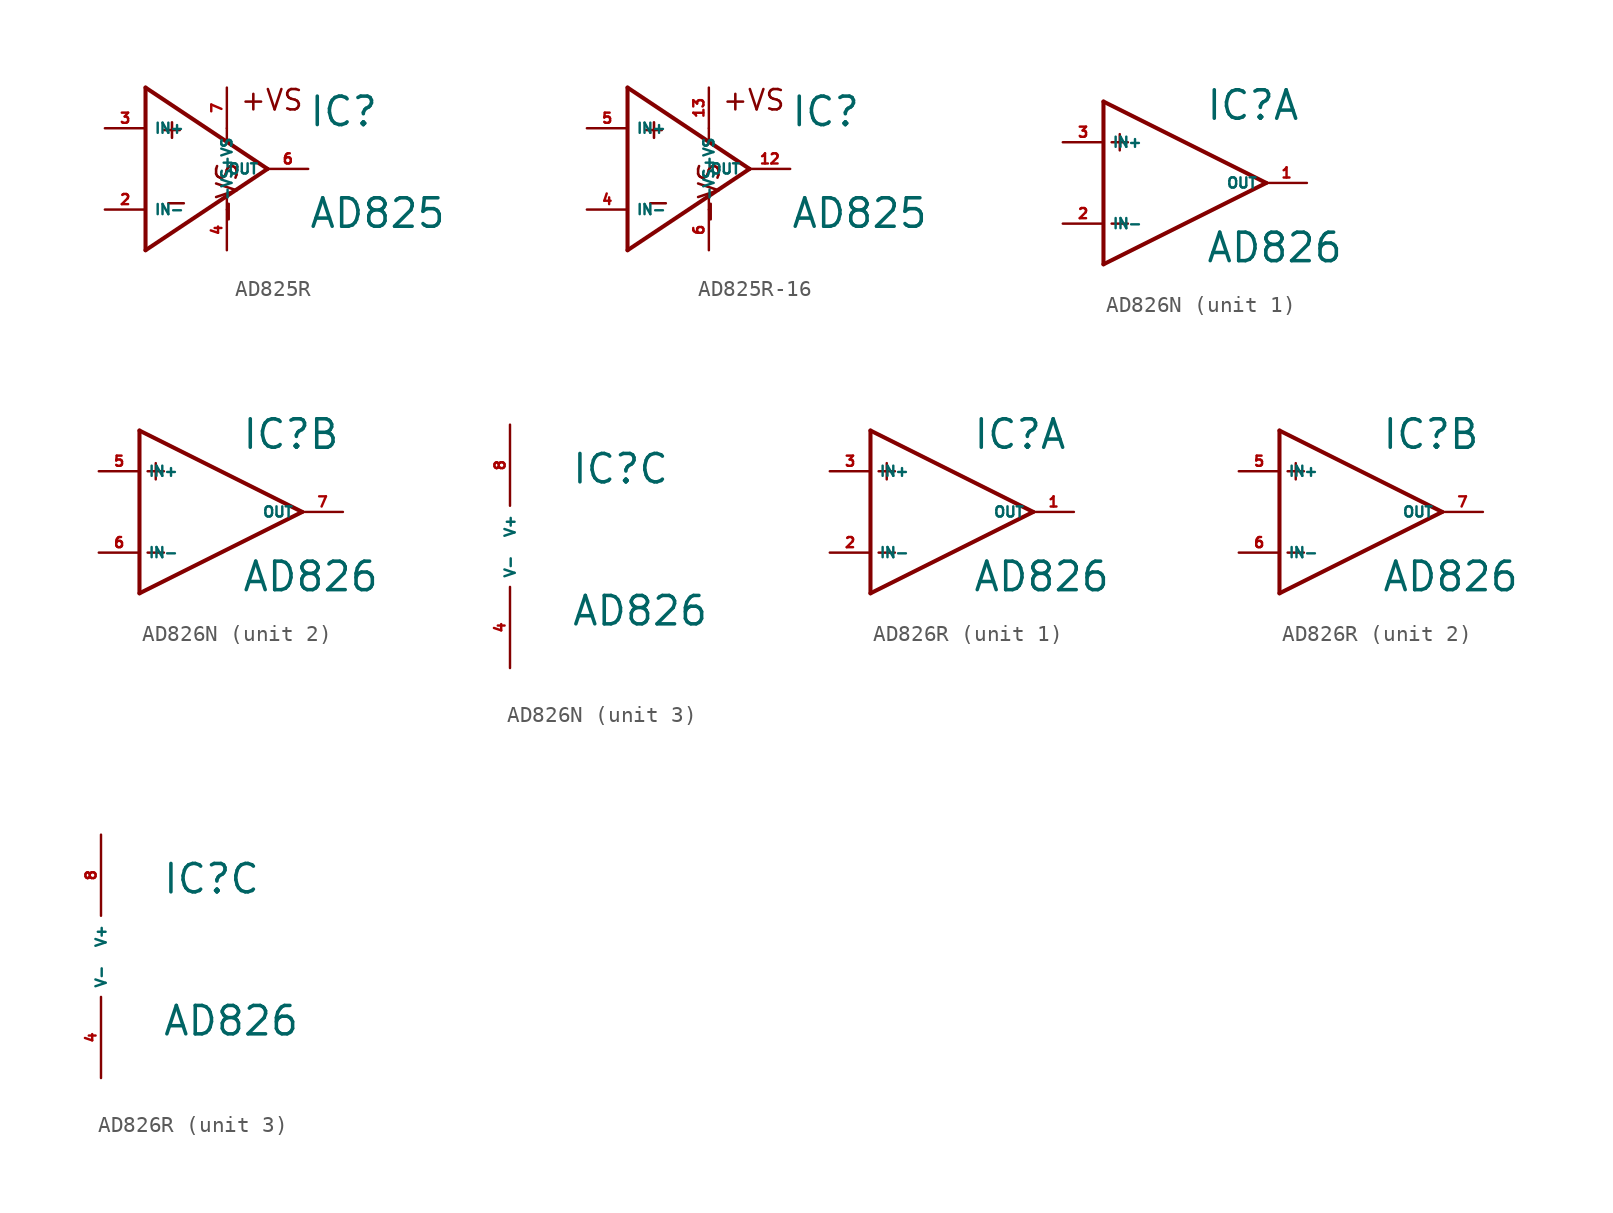
<source format=kicad_sym>
(kicad_symbol_lib
  (version 20220914)
  (generator Eagle2Kicad)
  (symbol "AD825R"
    (property "Reference" "IC"
      (at 7.62 2.54 0)
      (effects (font (size 1.778 1.778) (thickness 0.22)) (justify left bottom)))
    (property "Value" "AD825"
      (at 7.62 -3.81 0)
      (effects (font (size 1.778 1.778) (thickness 0.22)) (justify left bottom)))
    (polyline
      (pts (xy -2.54 5.08) (xy -2.54 -5.08))
      (stroke (width 0.254) (type default))
      (fill (type none)))
    (polyline
      (pts (xy -2.54 -5.08) (xy 5.08 0))
      (stroke (width 0.254) (type default))
      (fill (type none)))
    (polyline
      (pts (xy 5.08 0) (xy -2.54 5.08))
      (stroke (width 0.254) (type default))
      (fill (type none)))
    (polyline
      (pts (xy 2.54 2.54) (xy 2.54 1.778))
      (stroke (width 0.152) (type default))
      (fill (type none)))
    (polyline
      (pts (xy 2.54 -2.54) (xy 2.54 -1.778))
      (stroke (width 0.152) (type default))
      (fill (type none)))
    (text "+"
      (at -1.778 1.778 0)
      (effects (font (size 1.27 1.27) (thickness 0.16)) (justify left bottom)))
    (text "-"
      (at -1.524 -2.794 0)
      (effects (font (size 1.27 1.27) (thickness 0.16)) (justify left bottom)))
    (text "+VS"
      (at 3.302 3.556 0)
      (effects (font (size 1.27 1.27) (thickness 0.16)) (justify left bottom)))
    (text "-VS"
      (at 3.302 -3.556 1800)
      (effects (font (size 1.27 1.27) (thickness 0.16)) (justify left bottom mirror)))
    (pin input line
      (at -5.08 2.54 0)
      (length 2.54)
      (name "IN+" (effects (font (size 0.635 0.635) (thickness 0.08)) (justify left bottom)))
      (number "3" (effects (font (size 0.635 0.635) (thickness 0.08)) (justify left bottom))))
    (pin input line
      (at -5.08 -2.54 0)
      (length 2.54)
      (name "IN-" (effects (font (size 0.635 0.635) (thickness 0.08)) (justify left bottom)))
      (number "2" (effects (font (size 0.635 0.635) (thickness 0.08)) (justify left bottom))))
    (pin output line
      (at 7.62 0 180)
      (length 2.54)
      (name "OUT" (effects (font (size 0.635 0.635) (thickness 0.08)) (justify left bottom)))
      (number "6" (effects (font (size 0.635 0.635) (thickness 0.08)) (justify left bottom))))
    (pin input line
      (at 2.54 -5.08 90)
      (length 2.54)
      (name "-VS" (effects (font (size 0.635 0.635) (thickness 0.08)) (justify left bottom)))
      (number "4" (effects (font (size 0.635 0.635) (thickness 0.08)) (justify left bottom))))
    (pin input line
      (at 2.54 5.08 270)
      (length 2.54)
      (name "+VS" (effects (font (size 0.635 0.635) (thickness 0.08)) (justify left bottom)))
      (number "7" (effects (font (size 0.635 0.635) (thickness 0.08)) (justify left bottom)))))
  (symbol "AD825R-16"
    (property "Reference" "IC"
      (at 7.62 2.54 0)
      (effects (font (size 1.778 1.778) (thickness 0.22)) (justify left bottom)))
    (property "Value" "AD825"
      (at 7.62 -3.81 0)
      (effects (font (size 1.778 1.778) (thickness 0.22)) (justify left bottom)))
    (polyline
      (pts (xy -2.54 5.08) (xy -2.54 -5.08))
      (stroke (width 0.254) (type default))
      (fill (type none)))
    (polyline
      (pts (xy -2.54 -5.08) (xy 5.08 0))
      (stroke (width 0.254) (type default))
      (fill (type none)))
    (polyline
      (pts (xy 5.08 0) (xy -2.54 5.08))
      (stroke (width 0.254) (type default))
      (fill (type none)))
    (polyline
      (pts (xy 2.54 2.54) (xy 2.54 1.778))
      (stroke (width 0.152) (type default))
      (fill (type none)))
    (polyline
      (pts (xy 2.54 -2.54) (xy 2.54 -1.778))
      (stroke (width 0.152) (type default))
      (fill (type none)))
    (text "+"
      (at -1.778 1.778 0)
      (effects (font (size 1.27 1.27) (thickness 0.16)) (justify left bottom)))
    (text "-"
      (at -1.524 -2.794 0)
      (effects (font (size 1.27 1.27) (thickness 0.16)) (justify left bottom)))
    (text "+VS"
      (at 3.302 3.556 0)
      (effects (font (size 1.27 1.27) (thickness 0.16)) (justify left bottom)))
    (text "-VS"
      (at 3.302 -3.556 1800)
      (effects (font (size 1.27 1.27) (thickness 0.16)) (justify left bottom mirror)))
    (pin input line
      (at -5.08 2.54 0)
      (length 2.54)
      (name "IN+" (effects (font (size 0.635 0.635) (thickness 0.08)) (justify left bottom)))
      (number "5" (effects (font (size 0.635 0.635) (thickness 0.08)) (justify left bottom))))
    (pin input line
      (at -5.08 -2.54 0)
      (length 2.54)
      (name "IN-" (effects (font (size 0.635 0.635) (thickness 0.08)) (justify left bottom)))
      (number "4" (effects (font (size 0.635 0.635) (thickness 0.08)) (justify left bottom))))
    (pin output line
      (at 7.62 0 180)
      (length 2.54)
      (name "OUT" (effects (font (size 0.635 0.635) (thickness 0.08)) (justify left bottom)))
      (number "12" (effects (font (size 0.635 0.635) (thickness 0.08)) (justify left bottom))))
    (pin input line
      (at 2.54 -5.08 90)
      (length 2.54)
      (name "-VS" (effects (font (size 0.635 0.635) (thickness 0.08)) (justify left bottom)))
      (number "6" (effects (font (size 0.635 0.635) (thickness 0.08)) (justify left bottom))))
    (pin input line
      (at 2.54 5.08 270)
      (length 2.54)
      (name "+VS" (effects (font (size 0.635 0.635) (thickness 0.08)) (justify left bottom)))
      (number "13" (effects (font (size 0.635 0.635) (thickness 0.08)) (justify left bottom)))))
  (symbol "AD826N"
    (property "Reference" "IC"
      (at 3.81 3.81 0)
      (effects (font (size 1.778 1.778) (thickness 0.22)) (justify left bottom)))
    (property "Value" "AD826"
      (at 3.81 -5.08 0)
      (effects (font (size 1.778 1.778) (thickness 0.22)) (justify left bottom)))
    (symbol "AD826N_1_0"
      (polyline (pts (xy -2.54 5.08) (xy -2.54 -5.08)) (stroke (width 0.254) (type default)) (fill (type none)))
      (polyline (pts (xy -2.54 -5.08) (xy 7.62 0)) (stroke (width 0.254) (type default)) (fill (type none)))
      (polyline (pts (xy 7.62 0) (xy -2.54 5.08)) (stroke (width 0.254) (type default)) (fill (type none)))
      (polyline (pts (xy -2.032 2.54) (xy -1.016 2.54)) (stroke (width 0.152) (type default)) (fill (type none)))
      (polyline (pts (xy -1.524 3.048) (xy -1.524 2.032)) (stroke (width 0.152) (type default)) (fill (type none)))
      (polyline (pts (xy -2.032 -2.54) (xy -1.016 -2.54)) (stroke (width 0.152) (type default)) (fill (type none)))
      (pin input line (at -5.08 2.54 0) (length 2.54) (name "IN+" (effects (font (size 0.635 0.635) (thickness 0.08)) (justify left bottom))) (number "3" (effects (font (size 0.635 0.635) (thickness 0.08)) (justify left bottom))))
      (pin input line (at -5.08 -2.54 0) (length 2.54) (name "IN-" (effects (font (size 0.635 0.635) (thickness 0.08)) (justify left bottom))) (number "2" (effects (font (size 0.635 0.635) (thickness 0.08)) (justify left bottom))))
      (pin output line (at 10.16 0 180) (length 2.54) (name "OUT" (effects (font (size 0.635 0.635) (thickness 0.08)) (justify left bottom))) (number "1" (effects (font (size 0.635 0.635) (thickness 0.08)) (justify left bottom)))))
    (symbol "AD826N_2_0"
      (polyline (pts (xy -2.54 5.08) (xy -2.54 -5.08)) (stroke (width 0.254) (type default)) (fill (type none)))
      (polyline (pts (xy -2.54 -5.08) (xy 7.62 0)) (stroke (width 0.254) (type default)) (fill (type none)))
      (polyline (pts (xy 7.62 0) (xy -2.54 5.08)) (stroke (width 0.254) (type default)) (fill (type none)))
      (polyline (pts (xy -2.032 2.54) (xy -1.016 2.54)) (stroke (width 0.152) (type default)) (fill (type none)))
      (polyline (pts (xy -1.524 3.048) (xy -1.524 2.032)) (stroke (width 0.152) (type default)) (fill (type none)))
      (polyline (pts (xy -2.032 -2.54) (xy -1.016 -2.54)) (stroke (width 0.152) (type default)) (fill (type none)))
      (pin input line (at -5.08 2.54 0) (length 2.54) (name "IN+" (effects (font (size 0.635 0.635) (thickness 0.08)) (justify left bottom))) (number "5" (effects (font (size 0.635 0.635) (thickness 0.08)) (justify left bottom))))
      (pin input line (at -5.08 -2.54 0) (length 2.54) (name "IN-" (effects (font (size 0.635 0.635) (thickness 0.08)) (justify left bottom))) (number "6" (effects (font (size 0.635 0.635) (thickness 0.08)) (justify left bottom))))
      (pin output line (at 10.16 0 180) (length 2.54) (name "OUT" (effects (font (size 0.635 0.635) (thickness 0.08)) (justify left bottom))) (number "7" (effects (font (size 0.635 0.635) (thickness 0.08)) (justify left bottom)))))
    (symbol "AD826N_3_0"
      (pin unspecified line (at 0 7.62 270) (length 5.08) (name "V+" (effects (font (size 0.635 0.635) (thickness 0.08)) (justify left bottom))) (number "8" (effects (font (size 0.635 0.635) (thickness 0.08)) (justify left bottom))))
      (pin unspecified line (at 0 -7.62 90) (length 5.08) (name "V-" (effects (font (size 0.635 0.635) (thickness 0.08)) (justify left bottom))) (number "4" (effects (font (size 0.635 0.635) (thickness 0.08)) (justify left bottom))))))
  (symbol "AD826R"
    (property "Reference" "IC"
      (at 3.81 3.81 0)
      (effects (font (size 1.778 1.778) (thickness 0.22)) (justify left bottom)))
    (property "Value" "AD826"
      (at 3.81 -5.08 0)
      (effects (font (size 1.778 1.778) (thickness 0.22)) (justify left bottom)))
    (symbol "AD826R_1_0"
      (polyline (pts (xy -2.54 5.08) (xy -2.54 -5.08)) (stroke (width 0.254) (type default)) (fill (type none)))
      (polyline (pts (xy -2.54 -5.08) (xy 7.62 0)) (stroke (width 0.254) (type default)) (fill (type none)))
      (polyline (pts (xy 7.62 0) (xy -2.54 5.08)) (stroke (width 0.254) (type default)) (fill (type none)))
      (polyline (pts (xy -2.032 2.54) (xy -1.016 2.54)) (stroke (width 0.152) (type default)) (fill (type none)))
      (polyline (pts (xy -1.524 3.048) (xy -1.524 2.032)) (stroke (width 0.152) (type default)) (fill (type none)))
      (polyline (pts (xy -2.032 -2.54) (xy -1.016 -2.54)) (stroke (width 0.152) (type default)) (fill (type none)))
      (pin input line (at -5.08 2.54 0) (length 2.54) (name "IN+" (effects (font (size 0.635 0.635) (thickness 0.08)) (justify left bottom))) (number "3" (effects (font (size 0.635 0.635) (thickness 0.08)) (justify left bottom))))
      (pin input line (at -5.08 -2.54 0) (length 2.54) (name "IN-" (effects (font (size 0.635 0.635) (thickness 0.08)) (justify left bottom))) (number "2" (effects (font (size 0.635 0.635) (thickness 0.08)) (justify left bottom))))
      (pin output line (at 10.16 0 180) (length 2.54) (name "OUT" (effects (font (size 0.635 0.635) (thickness 0.08)) (justify left bottom))) (number "1" (effects (font (size 0.635 0.635) (thickness 0.08)) (justify left bottom)))))
    (symbol "AD826R_2_0"
      (polyline (pts (xy -2.54 5.08) (xy -2.54 -5.08)) (stroke (width 0.254) (type default)) (fill (type none)))
      (polyline (pts (xy -2.54 -5.08) (xy 7.62 0)) (stroke (width 0.254) (type default)) (fill (type none)))
      (polyline (pts (xy 7.62 0) (xy -2.54 5.08)) (stroke (width 0.254) (type default)) (fill (type none)))
      (polyline (pts (xy -2.032 2.54) (xy -1.016 2.54)) (stroke (width 0.152) (type default)) (fill (type none)))
      (polyline (pts (xy -1.524 3.048) (xy -1.524 2.032)) (stroke (width 0.152) (type default)) (fill (type none)))
      (polyline (pts (xy -2.032 -2.54) (xy -1.016 -2.54)) (stroke (width 0.152) (type default)) (fill (type none)))
      (pin input line (at -5.08 2.54 0) (length 2.54) (name "IN+" (effects (font (size 0.635 0.635) (thickness 0.08)) (justify left bottom))) (number "5" (effects (font (size 0.635 0.635) (thickness 0.08)) (justify left bottom))))
      (pin input line (at -5.08 -2.54 0) (length 2.54) (name "IN-" (effects (font (size 0.635 0.635) (thickness 0.08)) (justify left bottom))) (number "6" (effects (font (size 0.635 0.635) (thickness 0.08)) (justify left bottom))))
      (pin output line (at 10.16 0 180) (length 2.54) (name "OUT" (effects (font (size 0.635 0.635) (thickness 0.08)) (justify left bottom))) (number "7" (effects (font (size 0.635 0.635) (thickness 0.08)) (justify left bottom)))))
    (symbol "AD826R_3_0"
      (pin unspecified line (at 0 7.62 270) (length 5.08) (name "V+" (effects (font (size 0.635 0.635) (thickness 0.08)) (justify left bottom))) (number "8" (effects (font (size 0.635 0.635) (thickness 0.08)) (justify left bottom))))
      (pin unspecified line (at 0 -7.62 90) (length 5.08) (name "V-" (effects (font (size 0.635 0.635) (thickness 0.08)) (justify left bottom))) (number "4" (effects (font (size 0.635 0.635) (thickness 0.08)) (justify left bottom)))))))
</source>
